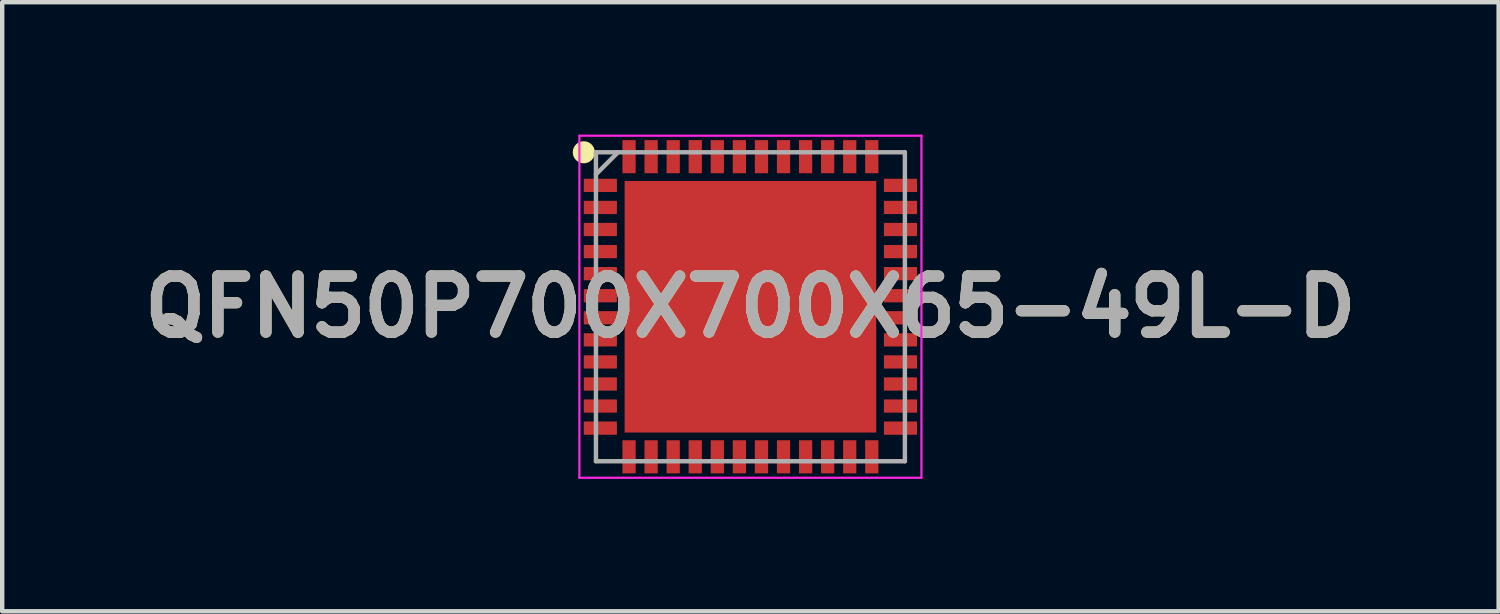
<source format=kicad_pcb>
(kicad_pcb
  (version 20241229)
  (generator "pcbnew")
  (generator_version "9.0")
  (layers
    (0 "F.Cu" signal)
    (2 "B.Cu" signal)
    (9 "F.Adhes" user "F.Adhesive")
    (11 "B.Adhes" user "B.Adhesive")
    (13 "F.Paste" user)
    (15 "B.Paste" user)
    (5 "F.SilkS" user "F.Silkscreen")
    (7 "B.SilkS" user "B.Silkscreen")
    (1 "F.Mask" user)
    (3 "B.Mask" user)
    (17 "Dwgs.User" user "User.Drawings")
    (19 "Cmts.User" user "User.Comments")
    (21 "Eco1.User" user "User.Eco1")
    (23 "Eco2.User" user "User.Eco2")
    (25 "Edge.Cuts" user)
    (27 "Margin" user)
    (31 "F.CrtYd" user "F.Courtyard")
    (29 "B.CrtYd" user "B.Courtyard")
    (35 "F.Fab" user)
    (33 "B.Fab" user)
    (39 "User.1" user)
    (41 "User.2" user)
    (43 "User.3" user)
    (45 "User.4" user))
  (footprint "QFN50P700X700X65-49L-D"
    (layer "F.Cu")
    (at 13.952 3.9)
    (property "Reference" "QFN50P700X700X65-49L-D" (at 0 0 0) (layer "F.SilkS") (effects (font (size 1.27 1.27) (thickness 0.254))))
    (attr smd)
    (fp_circle (center -3.775 -3.5) (end -3.775 -3.375) (stroke (width 0.25) (type solid)) (fill no) (layer "F.SilkS"))
    (fp_line (start -3.875 -3.875) (end 3.875 -3.875) (stroke (width 0.05) (type solid)) (layer "F.CrtYd"))
    (fp_line (start -3.875 3.875) (end -3.875 -3.875) (stroke (width 0.05) (type solid)) (layer "F.CrtYd"))
    (fp_line (start 3.875 -3.875) (end 3.875 3.875) (stroke (width 0.05) (type solid)) (layer "F.CrtYd"))
    (fp_line (start 3.875 3.875) (end -3.875 3.875) (stroke (width 0.05) (type solid)) (layer "F.CrtYd"))
    (fp_line (start -3.5 -3.5) (end 3.5 -3.5) (stroke (width 0.1) (type solid)) (layer "F.Fab"))
    (fp_line (start -3.5 -3) (end -3 -3.5) (stroke (width 0.1) (type solid)) (layer "F.Fab"))
    (fp_line (start -3.5 3.5) (end -3.5 -3.5) (stroke (width 0.1) (type solid)) (layer "F.Fab"))
    (fp_line (start 3.5 -3.5) (end 3.5 3.5) (stroke (width 0.1) (type solid)) (layer "F.Fab"))
    (fp_line (start 3.5 3.5) (end -3.5 3.5) (stroke (width 0.1) (type solid)) (layer "F.Fab"))
    (fp_text user "${REFERENCE}" (at 0 0 0) (layer "F.Fab") (effects (font (size 1.27 1.27) (thickness 0.254))))
    (pad "1" smd rect (at -3.4 -2.75 90) (size 0.3 0.75) (layers "F.Cu" "F.Mask" "F.Paste"))
    (pad "2" smd rect (at -3.4 -2.25 90) (size 0.3 0.75) (layers "F.Cu" "F.Mask" "F.Paste"))
    (pad "3" smd rect (at -3.4 -1.75 90) (size 0.3 0.75) (layers "F.Cu" "F.Mask" "F.Paste"))
    (pad "4" smd rect (at -3.4 -1.25 90) (size 0.3 0.75) (layers "F.Cu" "F.Mask" "F.Paste"))
    (pad "5" smd rect (at -3.4 -0.75 90) (size 0.3 0.75) (layers "F.Cu" "F.Mask" "F.Paste"))
    (pad "6" smd rect (at -3.4 -0.25 90) (size 0.3 0.75) (layers "F.Cu" "F.Mask" "F.Paste"))
    (pad "7" smd rect (at -3.4 0.25 90) (size 0.3 0.75) (layers "F.Cu" "F.Mask" "F.Paste"))
    (pad "8" smd rect (at -3.4 0.75 90) (size 0.3 0.75) (layers "F.Cu" "F.Mask" "F.Paste"))
    (pad "9" smd rect (at -3.4 1.25 90) (size 0.3 0.75) (layers "F.Cu" "F.Mask" "F.Paste"))
    (pad "10" smd rect (at -3.4 1.75 90) (size 0.3 0.75) (layers "F.Cu" "F.Mask" "F.Paste"))
    (pad "11" smd rect (at -3.4 2.25 90) (size 0.3 0.75) (layers "F.Cu" "F.Mask" "F.Paste"))
    (pad "12" smd rect (at -3.4 2.75 90) (size 0.3 0.75) (layers "F.Cu" "F.Mask" "F.Paste"))
    (pad "13" smd rect (at -2.75 3.4) (size 0.3 0.75) (layers "F.Cu" "F.Mask" "F.Paste"))
    (pad "14" smd rect (at -2.25 3.4) (size 0.3 0.75) (layers "F.Cu" "F.Mask" "F.Paste"))
    (pad "15" smd rect (at -1.75 3.4) (size 0.3 0.75) (layers "F.Cu" "F.Mask" "F.Paste"))
    (pad "16" smd rect (at -1.25 3.4) (size 0.3 0.75) (layers "F.Cu" "F.Mask" "F.Paste"))
    (pad "17" smd rect (at -0.75 3.4) (size 0.3 0.75) (layers "F.Cu" "F.Mask" "F.Paste"))
    (pad "18" smd rect (at -0.25 3.4) (size 0.3 0.75) (layers "F.Cu" "F.Mask" "F.Paste"))
    (pad "19" smd rect (at 0.25 3.4) (size 0.3 0.75) (layers "F.Cu" "F.Mask" "F.Paste"))
    (pad "20" smd rect (at 0.75 3.4) (size 0.3 0.75) (layers "F.Cu" "F.Mask" "F.Paste"))
    (pad "21" smd rect (at 1.25 3.4) (size 0.3 0.75) (layers "F.Cu" "F.Mask" "F.Paste"))
    (pad "22" smd rect (at 1.75 3.4) (size 0.3 0.75) (layers "F.Cu" "F.Mask" "F.Paste"))
    (pad "23" smd rect (at 2.25 3.4) (size 0.3 0.75) (layers "F.Cu" "F.Mask" "F.Paste"))
    (pad "24" smd rect (at 2.75 3.4) (size 0.3 0.75) (layers "F.Cu" "F.Mask" "F.Paste"))
    (pad "25" smd rect (at 3.4 2.75 90) (size 0.3 0.75) (layers "F.Cu" "F.Mask" "F.Paste"))
    (pad "26" smd rect (at 3.4 2.25 90) (size 0.3 0.75) (layers "F.Cu" "F.Mask" "F.Paste"))
    (pad "27" smd rect (at 3.4 1.75 90) (size 0.3 0.75) (layers "F.Cu" "F.Mask" "F.Paste"))
    (pad "28" smd rect (at 3.4 1.25 90) (size 0.3 0.75) (layers "F.Cu" "F.Mask" "F.Paste"))
    (pad "29" smd rect (at 3.4 0.75 90) (size 0.3 0.75) (layers "F.Cu" "F.Mask" "F.Paste"))
    (pad "30" smd rect (at 3.4 0.25 90) (size 0.3 0.75) (layers "F.Cu" "F.Mask" "F.Paste"))
    (pad "31" smd rect (at 3.4 -0.25 90) (size 0.3 0.75) (layers "F.Cu" "F.Mask" "F.Paste"))
    (pad "32" smd rect (at 3.4 -0.75 90) (size 0.3 0.75) (layers "F.Cu" "F.Mask" "F.Paste"))
    (pad "33" smd rect (at 3.4 -1.25 90) (size 0.3 0.75) (layers "F.Cu" "F.Mask" "F.Paste"))
    (pad "34" smd rect (at 3.4 -1.75 90) (size 0.3 0.75) (layers "F.Cu" "F.Mask" "F.Paste"))
    (pad "35" smd rect (at 3.4 -2.25 90) (size 0.3 0.75) (layers "F.Cu" "F.Mask" "F.Paste"))
    (pad "36" smd rect (at 3.4 -2.75 90) (size 0.3 0.75) (layers "F.Cu" "F.Mask" "F.Paste"))
    (pad "37" smd rect (at 2.75 -3.4) (size 0.3 0.75) (layers "F.Cu" "F.Mask" "F.Paste"))
    (pad "38" smd rect (at 2.25 -3.4) (size 0.3 0.75) (layers "F.Cu" "F.Mask" "F.Paste"))
    (pad "39" smd rect (at 1.75 -3.4) (size 0.3 0.75) (layers "F.Cu" "F.Mask" "F.Paste"))
    (pad "40" smd rect (at 1.25 -3.4) (size 0.3 0.75) (layers "F.Cu" "F.Mask" "F.Paste"))
    (pad "41" smd rect (at 0.75 -3.4) (size 0.3 0.75) (layers "F.Cu" "F.Mask" "F.Paste"))
    (pad "42" smd rect (at 0.25 -3.4) (size 0.3 0.75) (layers "F.Cu" "F.Mask" "F.Paste"))
    (pad "43" smd rect (at -0.25 -3.4) (size 0.3 0.75) (layers "F.Cu" "F.Mask" "F.Paste"))
    (pad "44" smd rect (at -0.75 -3.4) (size 0.3 0.75) (layers "F.Cu" "F.Mask" "F.Paste"))
    (pad "45" smd rect (at -1.25 -3.4) (size 0.3 0.75) (layers "F.Cu" "F.Mask" "F.Paste"))
    (pad "46" smd rect (at -1.75 -3.4) (size 0.3 0.75) (layers "F.Cu" "F.Mask" "F.Paste"))
    (pad "47" smd rect (at -2.25 -3.4) (size 0.3 0.75) (layers "F.Cu" "F.Mask" "F.Paste"))
    (pad "48" smd rect (at -2.75 -3.4) (size 0.3 0.75) (layers "F.Cu" "F.Mask" "F.Paste"))
    (pad "49" smd rect (at 0 0) (size 5.7 5.7) (layers "F.Cu" "F.Mask" "F.Paste")))
  (gr_rect
    (start -3 -3)
    (end 30.904 10.8)
    (stroke (width 0.1) (type default))
    (fill no)
    (layer "Edge.Cuts")))
</source>
